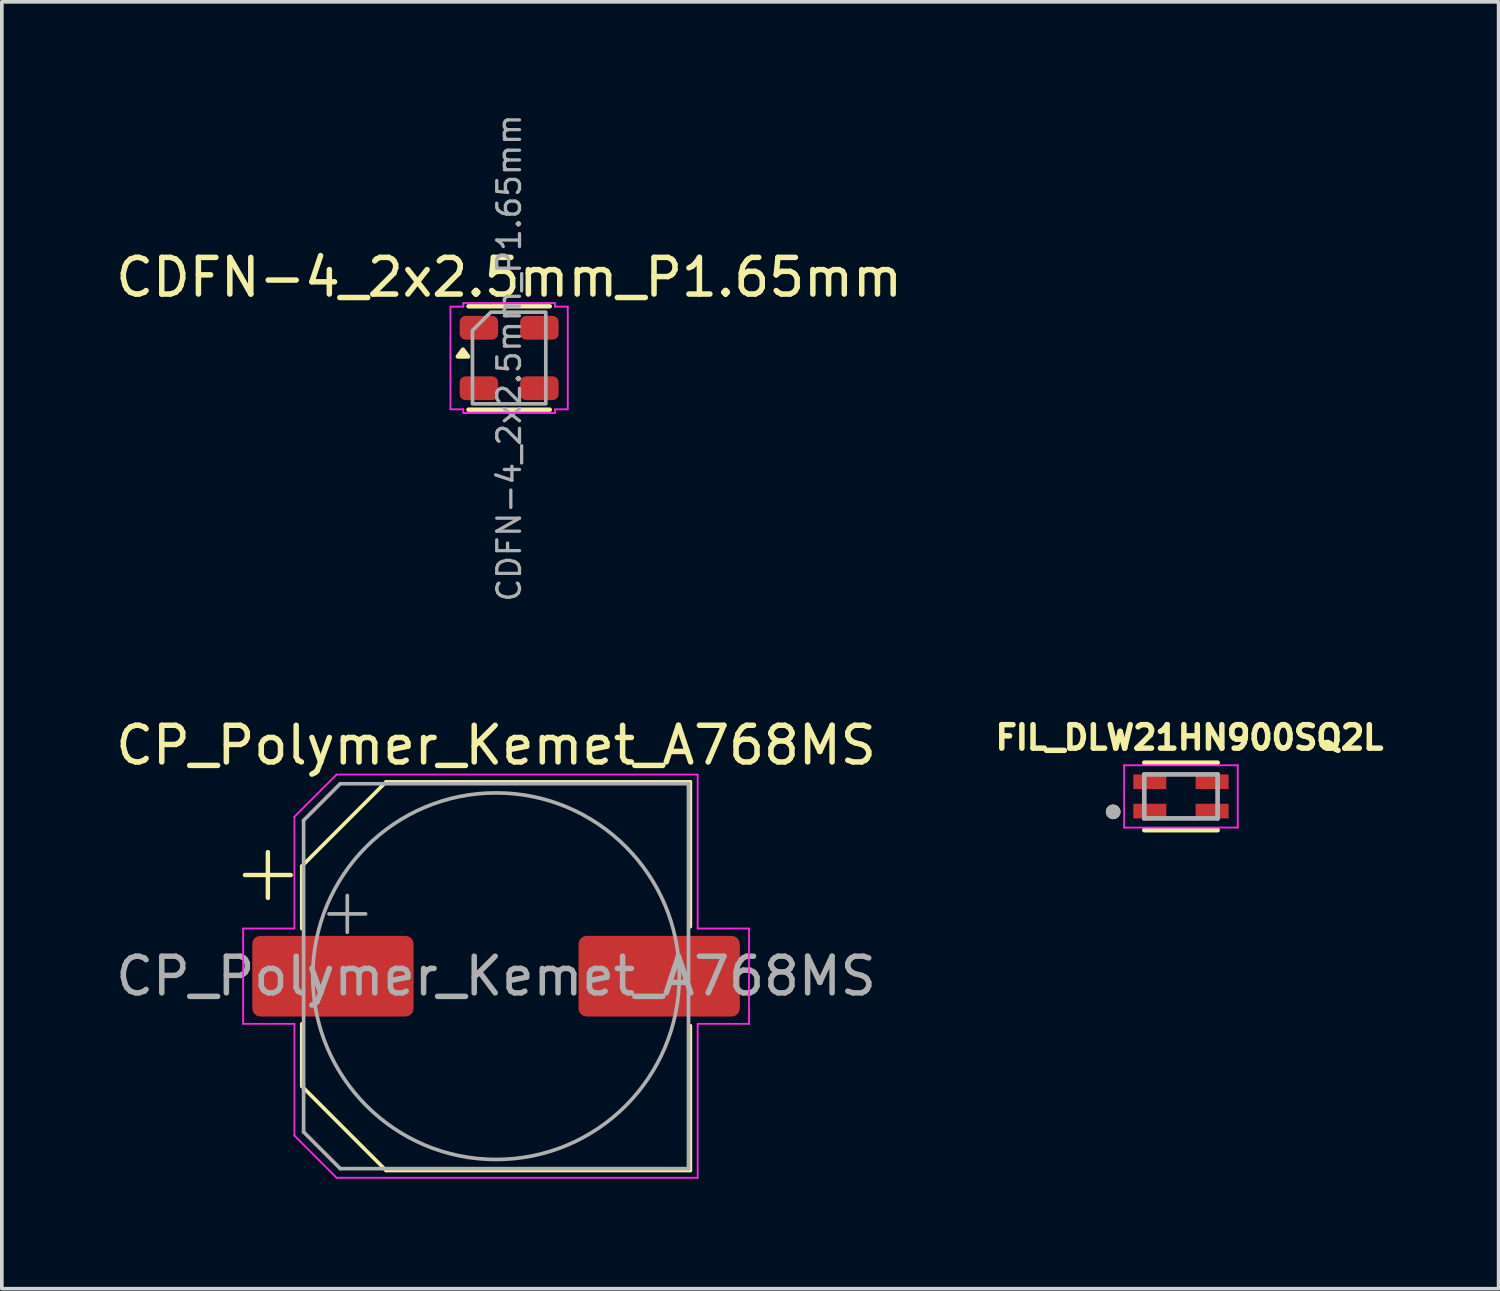
<source format=kicad_pcb>
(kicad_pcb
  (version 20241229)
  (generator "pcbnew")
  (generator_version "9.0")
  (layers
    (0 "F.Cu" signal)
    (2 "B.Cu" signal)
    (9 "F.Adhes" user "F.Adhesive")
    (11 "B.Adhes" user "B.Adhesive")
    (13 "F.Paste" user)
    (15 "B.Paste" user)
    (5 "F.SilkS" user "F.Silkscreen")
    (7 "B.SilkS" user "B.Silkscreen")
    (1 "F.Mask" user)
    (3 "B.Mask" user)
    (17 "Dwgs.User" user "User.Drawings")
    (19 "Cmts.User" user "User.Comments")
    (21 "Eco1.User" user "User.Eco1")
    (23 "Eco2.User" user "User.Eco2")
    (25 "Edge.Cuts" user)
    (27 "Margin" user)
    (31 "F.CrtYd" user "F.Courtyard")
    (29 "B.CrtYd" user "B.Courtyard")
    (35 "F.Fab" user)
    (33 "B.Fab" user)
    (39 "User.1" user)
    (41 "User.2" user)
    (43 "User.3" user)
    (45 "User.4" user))
  (footprint "CDFN-4_2x2.5mm_P1.65mm"
    (layer "F.Cu")
    (at 10.839 6.716)
    (property "Reference" "CDFN-4_2x2.5mm_P1.65mm" (at 0 -2.2 0) (layer "F.SilkS") (effects (font (size 1 1) (thickness 0.15))))
    (attr smd)
    (fp_line (start -1.11 -1.41) (end 1.11 -1.41) (stroke (width 0.12) (type solid)) (layer "F.SilkS"))
    (fp_line (start 1.11 1.41) (end -1.11 1.41) (stroke (width 0.12) (type solid)) (layer "F.SilkS"))
    (fp_poly (pts (xy -1.26 -0.23) (xy -1.12 -0.04) (xy -1.4 -0.04)) (stroke (width 0.12) (type solid)) (fill yes) (layer "F.SilkS"))
    (fp_line (start -1.6 -1.4) (end -1.25 -1.4) (stroke (width 0.05) (type solid)) (layer "F.CrtYd"))
    (fp_line (start -1.6 1.4) (end -1.6 -1.4) (stroke (width 0.05) (type solid)) (layer "F.CrtYd"))
    (fp_line (start -1.25 -1.5) (end 1.25 -1.5) (stroke (width 0.05) (type solid)) (layer "F.CrtYd"))
    (fp_line (start -1.25 -1.4) (end -1.25 -1.5) (stroke (width 0.05) (type solid)) (layer "F.CrtYd"))
    (fp_line (start -1.25 1.4) (end -1.6 1.4) (stroke (width 0.05) (type solid)) (layer "F.CrtYd"))
    (fp_line (start -1.25 1.5) (end -1.25 1.4) (stroke (width 0.05) (type solid)) (layer "F.CrtYd"))
    (fp_line (start 1.25 -1.5) (end 1.25 -1.4) (stroke (width 0.05) (type solid)) (layer "F.CrtYd"))
    (fp_line (start 1.25 -1.4) (end 1.6 -1.4) (stroke (width 0.05) (type solid)) (layer "F.CrtYd"))
    (fp_line (start 1.25 1.4) (end 1.25 1.5) (stroke (width 0.05) (type solid)) (layer "F.CrtYd"))
    (fp_line (start 1.25 1.5) (end -1.25 1.5) (stroke (width 0.05) (type solid)) (layer "F.CrtYd"))
    (fp_line (start 1.6 -1.4) (end 1.6 1.4) (stroke (width 0.05) (type solid)) (layer "F.CrtYd"))
    (fp_line (start 1.6 1.4) (end 1.25 1.4) (stroke (width 0.05) (type solid)) (layer "F.CrtYd"))
    (fp_poly (pts (xy -1 -0.75) (xy -1 1.25) (xy 1 1.25) (xy 1 -1.25) (xy -0.5 -1.25)) (stroke (width 0.1) (type solid)) (fill no) (layer "F.Fab"))
    (fp_text user "${REFERENCE}" (at 0 0 90) (layer "F.Fab") (effects (font (size 0.62 0.62) (thickness 0.09))))
    (pad "1" smd roundrect (at -0.825 -0.825) (size 1.05 0.65) (layers "F.Cu" "F.Mask" "F.Paste") (roundrect_rratio 0.25))
    (pad "2" smd roundrect (at -0.825 0.825) (size 1.05 0.65) (layers "F.Cu" "F.Mask" "F.Paste") (roundrect_rratio 0.25))
    (pad "3" smd roundrect (at 0.825 0.825) (size 1.05 0.65) (layers "F.Cu" "F.Mask" "F.Paste") (roundrect_rratio 0.25))
    (pad "4" smd roundrect (at 0.825 -0.825) (size 1.05 0.65) (layers "F.Cu" "F.Mask" "F.Paste") (roundrect_rratio 0.25)))
  (footprint "FIL_DLW21HN900SQ2L"
    (layer "F.Cu")
    (at 29.166 18.676)
    (property "Reference" "FIL_DLW21HN900SQ2L" (at 0.232 -1.606 0) (layer "F.SilkS") (effects (font (size 0.64 0.64) (thickness 0.15))))
    (attr smd)
    (fp_line (start -1 -0.92) (end 1 -0.92) (stroke (width 0.127) (type solid)) (layer "F.SilkS"))
    (fp_line (start 1 0.92) (end -1 0.92) (stroke (width 0.127) (type solid)) (layer "F.SilkS"))
    (fp_circle (center -1.85 0.42) (end -1.75 0.42) (stroke (width 0.2) (type solid)) (fill no) (layer "F.SilkS"))
    (fp_poly (pts (xy -1.3 -0.6) (xy -0.4 -0.6) (xy -0.4 -0.25) (xy -1.3 -0.25)) (stroke (width 0.01) (type solid)) (fill yes) (layer "F.Paste"))
    (fp_poly (pts (xy -1.3 0.25) (xy -0.4 0.25) (xy -0.4 0.6) (xy -1.3 0.6)) (stroke (width 0.01) (type solid)) (fill yes) (layer "F.Paste"))
    (fp_poly (pts (xy 0.4 -0.6) (xy 1.3 -0.6) (xy 1.3 -0.25) (xy 0.4 -0.25)) (stroke (width 0.01) (type solid)) (fill yes) (layer "F.Paste"))
    (fp_poly (pts (xy 0.4 0.25) (xy 1.3 0.25) (xy 1.3 0.6) (xy 0.4 0.6)) (stroke (width 0.01) (type solid)) (fill yes) (layer "F.Paste"))
    (fp_line (start -1.55 -0.85) (end 1.55 -0.85) (stroke (width 0.05) (type solid)) (layer "F.CrtYd"))
    (fp_line (start -1.55 0.85) (end -1.55 -0.85) (stroke (width 0.05) (type solid)) (layer "F.CrtYd"))
    (fp_line (start 1.55 -0.85) (end 1.55 0.85) (stroke (width 0.05) (type solid)) (layer "F.CrtYd"))
    (fp_line (start 1.55 0.85) (end -1.55 0.85) (stroke (width 0.05) (type solid)) (layer "F.CrtYd"))
    (fp_line (start -1 -0.6) (end 1 -0.6) (stroke (width 0.127) (type solid)) (layer "F.Fab"))
    (fp_line (start -1 0.6) (end -1 -0.6) (stroke (width 0.127) (type solid)) (layer "F.Fab"))
    (fp_line (start 1 -0.6) (end 1 0.6) (stroke (width 0.127) (type solid)) (layer "F.Fab"))
    (fp_line (start 1 0.6) (end -1 0.6) (stroke (width 0.127) (type solid)) (layer "F.Fab"))
    (fp_circle (center -1.85 0.42) (end -1.75 0.42) (stroke (width 0.2) (type solid)) (fill no) (layer "F.Fab"))
    (pad "1" smd rect (at -0.85 0.4) (size 0.9 0.4) (layers "F.Cu" "F.Mask"))
    (pad "2" smd rect (at 0.85 0.4) (size 0.9 0.4) (layers "F.Cu" "F.Mask"))
    (pad "3" smd rect (at 0.85 -0.4) (size 0.9 0.4) (layers "F.Cu" "F.Mask"))
    (pad "4" smd rect (at -0.85 -0.4) (size 0.9 0.4) (layers "F.Cu" "F.Mask")))
  (footprint "CP_Polymer_Kemet_A768MS"
    (layer "F.Cu")
    (at 10.482 23.58)
    (property "Reference" "CP_Polymer_Kemet_A768MS" (at 0 -6.3 0) (layer "F.SilkS") (effects (font (size 1 1) (thickness 0.15))))
    (attr smd)
    (fp_line (start -6.85 -2.76) (end -5.6 -2.76) (stroke (width 0.12) (type solid)) (layer "F.SilkS"))
    (fp_line (start -6.225 -3.385) (end -6.225 -2.135) (stroke (width 0.12) (type solid)) (layer "F.SilkS"))
    (fp_line (start -5.3 -3) (end -3 -5.3) (stroke (width 0.1) (type default)) (layer "F.SilkS"))
    (fp_line (start -5.3 -1.3) (end -5.3 -3) (stroke (width 0.1) (type default)) (layer "F.SilkS"))
    (fp_line (start -5.3 3) (end -5.3 1.3) (stroke (width 0.1) (type default)) (layer "F.SilkS"))
    (fp_line (start -3 -5.3) (end 5.3 -5.3) (stroke (width 0.1) (type default)) (layer "F.SilkS"))
    (fp_line (start -3 5.3) (end -5.3 3) (stroke (width 0.1) (type default)) (layer "F.SilkS"))
    (fp_line (start 5.3 -5.3) (end 5.3 -1.35) (stroke (width 0.1) (type default)) (layer "F.SilkS"))
    (fp_line (start 5.3 5.3) (end -3 5.3) (stroke (width 0.1) (type default)) (layer "F.SilkS"))
    (fp_line (start 5.3 5.3) (end 5.3 1.35) (stroke (width 0.1) (type default)) (layer "F.SilkS"))
    (fp_line (start -6.9 -1.3) (end -6.9 1.3) (stroke (width 0.05) (type solid)) (layer "F.CrtYd"))
    (fp_line (start -6.9 1.3) (end -5.5 1.3) (stroke (width 0.05) (type solid)) (layer "F.CrtYd"))
    (fp_line (start -5.5 -4.35) (end -5.5 -1.3) (stroke (width 0.05) (type solid)) (layer "F.CrtYd"))
    (fp_line (start -5.5 -4.35) (end -4.35 -5.5) (stroke (width 0.05) (type solid)) (layer "F.CrtYd"))
    (fp_line (start -5.5 -1.3) (end -6.9 -1.3) (stroke (width 0.05) (type solid)) (layer "F.CrtYd"))
    (fp_line (start -5.5 1.3) (end -5.5 4.35) (stroke (width 0.05) (type solid)) (layer "F.CrtYd"))
    (fp_line (start -5.5 4.35) (end -4.35 5.5) (stroke (width 0.05) (type solid)) (layer "F.CrtYd"))
    (fp_line (start -4.35 -5.5) (end 5.5 -5.5) (stroke (width 0.05) (type solid)) (layer "F.CrtYd"))
    (fp_line (start -4.35 5.5) (end 5.5 5.5) (stroke (width 0.05) (type solid)) (layer "F.CrtYd"))
    (fp_line (start 5.5 -5.5) (end 5.5 -1.3) (stroke (width 0.05) (type solid)) (layer "F.CrtYd"))
    (fp_line (start 5.5 -1.3) (end 6.9 -1.3) (stroke (width 0.05) (type solid)) (layer "F.CrtYd"))
    (fp_line (start 5.5 1.3) (end 5.5 5.5) (stroke (width 0.05) (type solid)) (layer "F.CrtYd"))
    (fp_line (start 6.9 -1.3) (end 6.9 1.3) (stroke (width 0.05) (type solid)) (layer "F.CrtYd"))
    (fp_line (start 6.9 1.3) (end 5.525 1.3) (stroke (width 0.05) (type solid)) (layer "F.CrtYd"))
    (fp_line (start -5.25 -4.25) (end -5.25 4.25) (stroke (width 0.1) (type solid)) (layer "F.Fab"))
    (fp_line (start -5.25 -4.25) (end -4.25 -5.25) (stroke (width 0.1) (type solid)) (layer "F.Fab"))
    (fp_line (start -5.25 4.25) (end -4.25 5.25) (stroke (width 0.1) (type solid)) (layer "F.Fab"))
    (fp_line (start -4.558 -1.7) (end -3.558 -1.7) (stroke (width 0.1) (type solid)) (layer "F.Fab"))
    (fp_line (start -4.25 -5.25) (end 5.25 -5.25) (stroke (width 0.1) (type solid)) (layer "F.Fab"))
    (fp_line (start -4.25 5.25) (end 5.25 5.25) (stroke (width 0.1) (type solid)) (layer "F.Fab"))
    (fp_line (start -4.058 -2.2) (end -4.058 -1.2) (stroke (width 0.1) (type solid)) (layer "F.Fab"))
    (fp_line (start 5.25 -5.25) (end 5.25 5.25) (stroke (width 0.1) (type solid)) (layer "F.Fab"))
    (fp_circle (center 0 0) (end 5 0) (stroke (width 0.1) (type solid)) (fill no) (layer "F.Fab"))
    (fp_text user "${REFERENCE}" (at 0 0 0) (layer "F.Fab") (effects (font (size 1 1) (thickness 0.15))))
    (pad "1" smd roundrect (at -4.45 0) (size 4.4 2.2) (layers "F.Cu" "F.Mask" "F.Paste") (roundrect_rratio 0.1))
    (pad "2" smd roundrect (at 4.45 0) (size 4.4 2.2) (layers "F.Cu" "F.Mask" "F.Paste") (roundrect_rratio 0.1)))
  (gr_rect
    (start -3 -3)
    (end 37.831 32.105)
    (stroke (width 0.1) (type default))
    (fill no)
    (layer "Edge.Cuts")))
</source>
